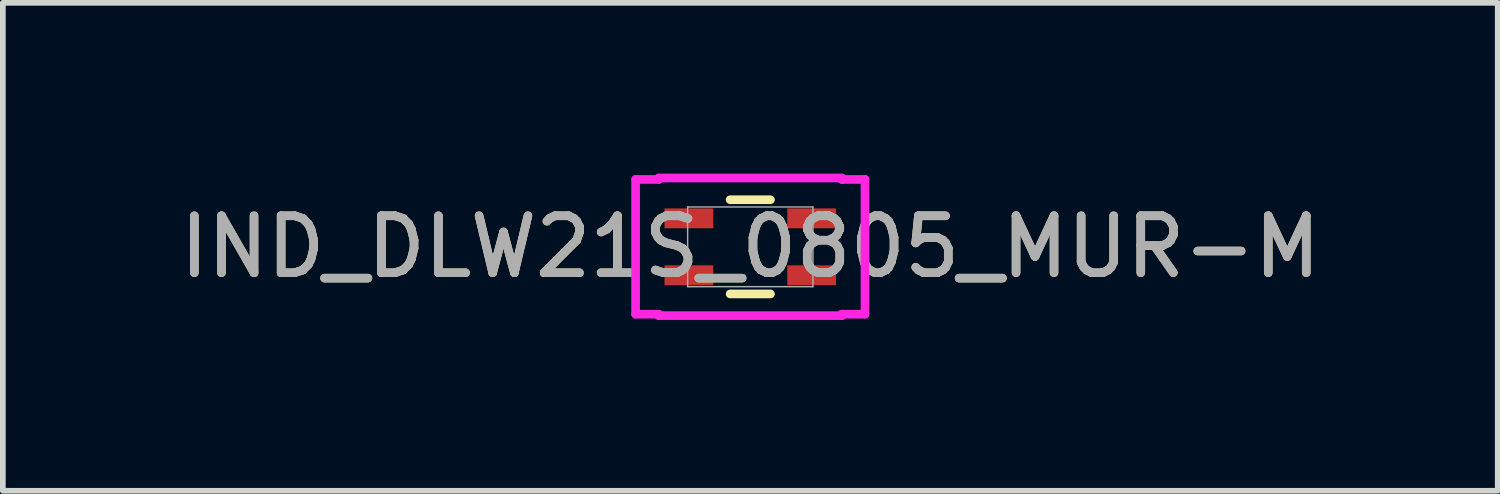
<source format=kicad_pcb>
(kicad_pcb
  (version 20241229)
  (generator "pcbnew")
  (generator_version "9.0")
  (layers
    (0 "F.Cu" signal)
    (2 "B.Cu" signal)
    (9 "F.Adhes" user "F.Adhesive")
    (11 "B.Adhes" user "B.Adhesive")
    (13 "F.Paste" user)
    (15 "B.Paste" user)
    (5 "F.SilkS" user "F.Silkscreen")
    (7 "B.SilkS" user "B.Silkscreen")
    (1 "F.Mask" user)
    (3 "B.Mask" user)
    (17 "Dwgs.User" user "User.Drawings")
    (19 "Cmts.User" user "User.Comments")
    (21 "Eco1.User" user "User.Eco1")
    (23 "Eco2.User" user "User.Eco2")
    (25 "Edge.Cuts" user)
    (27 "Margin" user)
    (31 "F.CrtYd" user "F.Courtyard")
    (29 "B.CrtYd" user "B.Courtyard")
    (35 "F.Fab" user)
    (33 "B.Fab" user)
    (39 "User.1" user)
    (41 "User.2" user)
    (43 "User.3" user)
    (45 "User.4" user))
  (footprint "IND_DLW21S_0805_MUR-M"
    (layer "F.Cu")
    (at 10.125 1.284)
    (property "Reference" "IND_DLW21S_0805_MUR-M" (at 0 0 0) (unlocked yes) (layer "F.SilkS") (effects (font (size 1 1) (thickness 0.15))))
    (attr smd)
    (fp_line (start -0.354 0.827) (end 0.354 0.827) (stroke (width 0.152) (type solid)) (layer "F.SilkS"))
    (fp_line (start 0.354 -0.827) (end -0.354 -0.827) (stroke (width 0.152) (type solid)) (layer "F.SilkS"))
    (fp_line (start -2.014 -1.183) (end -1.608 -1.183) (stroke (width 0.152) (type solid)) (layer "F.CrtYd"))
    (fp_line (start -2.014 1.183) (end -2.014 -1.183) (stroke (width 0.152) (type solid)) (layer "F.CrtYd"))
    (fp_line (start -2.014 1.183) (end -1.608 1.183) (stroke (width 0.152) (type solid)) (layer "F.CrtYd"))
    (fp_line (start -1.608 -1.208) (end 1.608 -1.208) (stroke (width 0.152) (type solid)) (layer "F.CrtYd"))
    (fp_line (start -1.608 -1.183) (end -1.608 -1.208) (stroke (width 0.152) (type solid)) (layer "F.CrtYd"))
    (fp_line (start -1.608 1.208) (end -1.608 1.183) (stroke (width 0.152) (type solid)) (layer "F.CrtYd"))
    (fp_line (start 1.608 -1.208) (end 1.608 -1.183) (stroke (width 0.152) (type solid)) (layer "F.CrtYd"))
    (fp_line (start 1.608 1.183) (end 1.608 1.208) (stroke (width 0.152) (type solid)) (layer "F.CrtYd"))
    (fp_line (start 1.608 1.208) (end -1.608 1.208) (stroke (width 0.152) (type solid)) (layer "F.CrtYd"))
    (fp_line (start 2.014 -1.183) (end 1.608 -1.183) (stroke (width 0.152) (type solid)) (layer "F.CrtYd"))
    (fp_line (start 2.014 -1.183) (end 2.014 1.183) (stroke (width 0.152) (type solid)) (layer "F.CrtYd"))
    (fp_line (start 2.014 1.183) (end 1.608 1.183) (stroke (width 0.152) (type solid)) (layer "F.CrtYd"))
    (fp_line (start -1.1 -0.7) (end -1.1 0.7) (stroke (width 0.025) (type solid)) (layer "F.Fab"))
    (fp_line (start -1.1 0.7) (end 1.1 0.7) (stroke (width 0.025) (type solid)) (layer "F.Fab"))
    (fp_line (start 1.1 -0.7) (end -1.1 -0.7) (stroke (width 0.025) (type solid)) (layer "F.Fab"))
    (fp_line (start 1.1 0.7) (end 1.1 -0.7) (stroke (width 0.025) (type solid)) (layer "F.Fab"))
    (fp_text user "${REFERENCE}" (at 0 0 0) (unlocked yes) (layer "F.Fab") (effects (font (size 1 1) (thickness 0.15))))
    (pad "1" smd rect (at -1.078 -0.5) (size 0.856 0.349) (layers "F.Cu" "F.Mask" "F.Paste"))
    (pad "2" smd rect (at 1.078 -0.5) (size 0.856 0.349) (layers "F.Cu" "F.Mask" "F.Paste"))
    (pad "3" smd rect (at 1.078 0.5) (size 0.856 0.349) (layers "F.Cu" "F.Mask" "F.Paste"))
    (pad "4" smd rect (at -1.078 0.5) (size 0.856 0.349) (layers "F.Cu" "F.Mask" "F.Paste")))
  (gr_rect
    (start -3 -3)
    (end 23.25 5.568)
    (stroke (width 0.1) (type default))
    (fill no)
    (layer "Edge.Cuts")))
</source>
